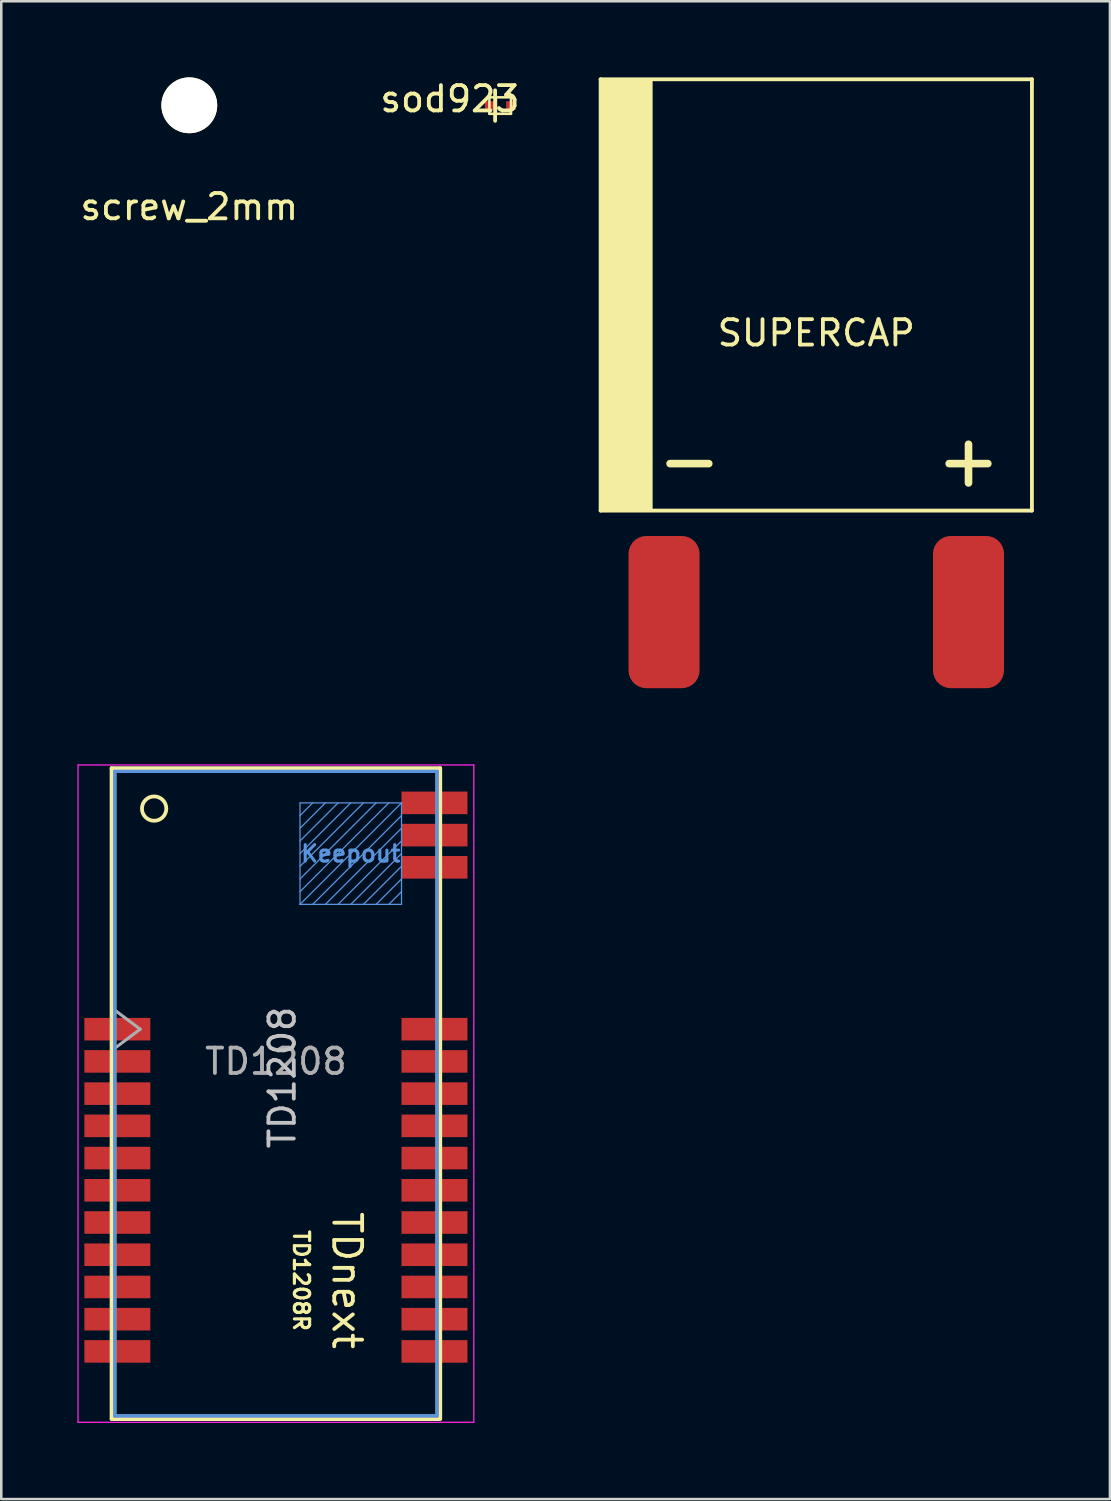
<source format=kicad_pcb>
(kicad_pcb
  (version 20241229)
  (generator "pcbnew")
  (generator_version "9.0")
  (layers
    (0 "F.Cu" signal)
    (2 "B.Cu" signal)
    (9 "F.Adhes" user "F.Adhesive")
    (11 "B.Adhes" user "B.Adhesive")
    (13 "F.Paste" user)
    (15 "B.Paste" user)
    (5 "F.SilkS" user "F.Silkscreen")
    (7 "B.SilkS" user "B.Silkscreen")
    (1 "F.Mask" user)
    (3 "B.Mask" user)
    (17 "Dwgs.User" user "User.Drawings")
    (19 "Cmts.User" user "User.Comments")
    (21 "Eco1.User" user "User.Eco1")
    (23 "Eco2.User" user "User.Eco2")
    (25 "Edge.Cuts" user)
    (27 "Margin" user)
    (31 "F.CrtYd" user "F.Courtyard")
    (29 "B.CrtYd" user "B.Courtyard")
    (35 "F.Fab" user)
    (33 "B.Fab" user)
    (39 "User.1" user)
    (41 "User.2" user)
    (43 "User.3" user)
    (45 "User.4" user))
  (footprint "sod923"
    (layer "F.Cu")
    (at 16.665 1.111)
    (property "Reference" "sod923" (at -1.98 -0.262 180) (layer "F.SilkS") (effects (font (size 1 1) (thickness 0.15))))
    (attr smd)
    (fp_line (start -0.425 -0.325) (end 0.425 -0.325) (stroke (width 0.1) (type solid)) (layer "F.SilkS"))
    (fp_line (start -0.425 0.325) (end -0.425 -0.325) (stroke (width 0.1) (type solid)) (layer "F.SilkS"))
    (fp_line (start -0.2 -0.6) (end -0.2 0.6) (stroke (width 0.15) (type solid)) (layer "F.SilkS"))
    (fp_line (start -0.17 -0.33) (end -0.17 0.31) (stroke (width 0.1) (type solid)) (layer "F.SilkS"))
    (fp_line (start 0.425 -0.325) (end 0.425 0.325) (stroke (width 0.1) (type solid)) (layer "F.SilkS"))
    (fp_line (start 0.425 0.325) (end -0.425 0.325) (stroke (width 0.1) (type solid)) (layer "F.SilkS"))
    (pad "1" smd rect (at -0.42 0) (size 0.37 0.34) (layers "F.Cu" "F.Mask" "F.Paste"))
    (pad "2" smd rect (at 0.42 0) (size 0.37 0.34) (layers "F.Cu" "F.Mask" "F.Paste")))
  (footprint "screw_2mm"
    (layer "F.Cu")
    (at 4.411 1.1)
    (property "Reference" "screw_2mm" (at 0 4 0) (layer "F.SilkS") (effects (font (size 1 1) (thickness 0.15))))
    (attr through_hole)
    (pad "" np_thru_hole circle (at 0 0) (size 2.2 2.2) (drill 2.2) (layers "*.Cu" "*.Mask" "F.SilkS")))
  (footprint "SUPERCAP"
    (layer "F.Cu")
    (at 29.123 8.575)
    (property "Reference" "SUPERCAP" (at 0 1.5 0) (layer "F.SilkS") (effects (font (size 1 1) (thickness 0.15))))
    (attr through_hole)
    (fp_line (start -8.5 -8.5) (end -8.5 8.5) (stroke (width 0.15) (type solid)) (layer "F.SilkS"))
    (fp_line (start -8.5 8.5) (end 8.5 8.5) (stroke (width 0.15) (type solid)) (layer "F.SilkS"))
    (fp_line (start 8.5 -8.5) (end -8.5 -8.5) (stroke (width 0.15) (type solid)) (layer "F.SilkS"))
    (fp_line (start 8.5 8.5) (end 8.5 -8.5) (stroke (width 0.15) (type solid)) (layer "F.SilkS"))
    (fp_poly (pts (xy -6.5 8.5) (xy -8.5 8.5) (xy -8.5 -8.5) (xy -6.5 -8.5)) (stroke (width 0.1) (type solid)) (fill yes) (layer "F.SilkS"))
    (fp_text user "-" (at -5 6.5 0) (layer "F.SilkS") (effects (font (size 2 2) (thickness 0.3))))
    (fp_text user "+" (at 6 6.5 0) (layer "F.SilkS") (effects (font (size 2 2) (thickness 0.3))))
    (pad "1" smd roundrect (at 6 12.5) (size 2.8 6) (layers "F.Cu" "F.Mask") (roundrect_rratio 0.25))
    (pad "2" smd roundrect (at -6 12.5) (size 2.8 6) (layers "F.Cu" "F.Mask") (roundrect_rratio 0.25)))
  (footprint "TD1208"
    (layer "F.Cu")
    (at 7.825 39.42)
    (property "Reference" "TD1208" (at 0.25 0 90) (layer "Dwgs.User") (effects (font (size 1 1) (thickness 0.15))))
    (attr smd)
    (fp_line (start -6.477 -12.192) (end -6.477 13.45) (stroke (width 0.15) (type solid)) (layer "F.SilkS"))
    (fp_line (start -6.477 13.462) (end 6.45 13.462) (stroke (width 0.15) (type solid)) (layer "F.SilkS"))
    (fp_line (start 6.477 -12.192) (end -6.477 -12.192) (stroke (width 0.15) (type solid)) (layer "F.SilkS"))
    (fp_line (start 6.477 -12.192) (end 6.477 13.462) (stroke (width 0.15) (type solid)) (layer "F.SilkS"))
    (fp_circle (center -4.8 -10.6) (end -4.4 -10.335) (stroke (width 0.15) (type solid)) (fill no) (layer "F.SilkS"))
    (fp_line (start -6.35 -12.065) (end -6.35 13.335) (stroke (width 0.127) (type solid)) (layer "Cmts.User"))
    (fp_line (start -6.35 -12.065) (end 6.35 -12.065) (stroke (width 0.127) (type solid)) (layer "Cmts.User"))
    (fp_line (start 0.95 -10.825) (end 0.95 -6.825) (stroke (width 0.05) (type solid)) (layer "Cmts.User"))
    (fp_line (start 0.95 -6.825) (end 4.95 -6.825) (stroke (width 0.05) (type solid)) (layer "Cmts.User"))
    (fp_line (start 1.45 -10.825) (end 0.95 -10.325) (stroke (width 0.05) (type solid)) (layer "Cmts.User"))
    (fp_line (start 1.95 -10.825) (end 0.95 -9.825) (stroke (width 0.05) (type solid)) (layer "Cmts.User"))
    (fp_line (start 2.45 -10.825) (end 0.95 -9.325) (stroke (width 0.05) (type solid)) (layer "Cmts.User"))
    (fp_line (start 2.95 -10.825) (end 0.95 -8.825) (stroke (width 0.05) (type solid)) (layer "Cmts.User"))
    (fp_line (start 3.45 -10.825) (end 0.95 -8.325) (stroke (width 0.05) (type solid)) (layer "Cmts.User"))
    (fp_line (start 3.95 -10.825) (end 0.95 -7.825) (stroke (width 0.05) (type solid)) (layer "Cmts.User"))
    (fp_line (start 4.45 -10.825) (end 0.95 -7.325) (stroke (width 0.05) (type solid)) (layer "Cmts.User"))
    (fp_line (start 4.95 -10.825) (end 0.95 -10.825) (stroke (width 0.05) (type solid)) (layer "Cmts.User"))
    (fp_line (start 4.95 -10.825) (end 0.95 -6.825) (stroke (width 0.05) (type solid)) (layer "Cmts.User"))
    (fp_line (start 4.95 -10.325) (end 1.45 -6.825) (stroke (width 0.05) (type solid)) (layer "Cmts.User"))
    (fp_line (start 4.95 -9.825) (end 1.95 -6.825) (stroke (width 0.05) (type solid)) (layer "Cmts.User"))
    (fp_line (start 4.95 -9.325) (end 2.45 -6.825) (stroke (width 0.05) (type solid)) (layer "Cmts.User"))
    (fp_line (start 4.95 -8.825) (end 2.95 -6.825) (stroke (width 0.05) (type solid)) (layer "Cmts.User"))
    (fp_line (start 4.95 -8.325) (end 3.45 -6.825) (stroke (width 0.05) (type solid)) (layer "Cmts.User"))
    (fp_line (start 4.95 -7.825) (end 3.95 -6.825) (stroke (width 0.05) (type solid)) (layer "Cmts.User"))
    (fp_line (start 4.95 -7.325) (end 4.45 -6.825) (stroke (width 0.05) (type solid)) (layer "Cmts.User"))
    (fp_line (start 4.95 -6.825) (end 4.95 -10.825) (stroke (width 0.05) (type solid)) (layer "Cmts.User"))
    (fp_line (start 6.35 -12.065) (end 6.35 13.335) (stroke (width 0.127) (type solid)) (layer "Cmts.User"))
    (fp_line (start 6.35 13.335) (end -6.35 13.335) (stroke (width 0.127) (type solid)) (layer "Cmts.User"))
    (fp_line (start -7.8 -12.32) (end -7.8 13.59) (stroke (width 0.05) (type solid)) (layer "F.CrtYd"))
    (fp_line (start -7.8 13.59) (end 7.8 13.59) (stroke (width 0.05) (type solid)) (layer "F.CrtYd"))
    (fp_line (start 7.8 -12.32) (end -7.8 -12.32) (stroke (width 0.05) (type solid)) (layer "F.CrtYd"))
    (fp_line (start 7.8 13.59) (end 7.8 -12.32) (stroke (width 0.05) (type solid)) (layer "F.CrtYd"))
    (fp_line (start -6.35 -12.065) (end -6.35 13.335) (stroke (width 0.127) (type solid)) (layer "F.Fab"))
    (fp_line (start -6.35 -12.065) (end 6.35 -12.065) (stroke (width 0.127) (type solid)) (layer "F.Fab"))
    (fp_line (start -6.35 -2.655) (end -5.35 -1.905) (stroke (width 0.12) (type solid)) (layer "F.Fab"))
    (fp_line (start -5.35 -1.905) (end -6.35 -1.155) (stroke (width 0.12) (type solid)) (layer "F.Fab"))
    (fp_line (start 6.35 -12.065) (end 6.35 13.335) (stroke (width 0.127) (type solid)) (layer "F.Fab"))
    (fp_line (start 6.35 13.335) (end -6.35 13.335) (stroke (width 0.127) (type solid)) (layer "F.Fab"))
    (fp_text user "TDnext" (at 2.8 8 270) (unlocked yes) (layer "F.SilkS") (effects (font (size 1.1 1.1) (thickness 0.15))))
    (fp_text user "TD1208R" (at 1 8 270) (unlocked yes) (layer "F.SilkS") (effects (font (size 0.6 0.6) (thickness 0.125))))
    (fp_text user "Keepout" (at 2.95 -8.825 0) (layer "Cmts.User") (effects (font (size 0.65 0.65) (thickness 0.12))))
    (fp_text user "${REFERENCE}" (at 0 -0.635 0) (layer "F.Fab") (effects (font (size 1 1) (thickness 0.15))))
    (pad "1" smd rect (at -6.25 -1.905) (size 2.6 0.89) (layers "F.Cu" "F.Mask" "F.Paste"))
    (pad "2" smd rect (at -6.25 -0.635) (size 2.6 0.89) (layers "F.Cu" "F.Mask" "F.Paste"))
    (pad "3" smd rect (at -6.25 0.635) (size 2.6 0.89) (layers "F.Cu" "F.Mask" "F.Paste"))
    (pad "4" smd rect (at -6.25 1.905) (size 2.6 0.89) (layers "F.Cu" "F.Mask" "F.Paste"))
    (pad "5" smd rect (at -6.25 3.175) (size 2.6 0.89) (layers "F.Cu" "F.Mask" "F.Paste"))
    (pad "6" smd rect (at -6.25 4.445) (size 2.6 0.89) (layers "F.Cu" "F.Mask" "F.Paste"))
    (pad "7" smd rect (at -6.25 5.715) (size 2.6 0.89) (layers "F.Cu" "F.Mask" "F.Paste"))
    (pad "8" smd rect (at -6.25 6.985) (size 2.6 0.89) (layers "F.Cu" "F.Mask" "F.Paste"))
    (pad "9" smd rect (at -6.25 8.255) (size 2.6 0.89) (layers "F.Cu" "F.Mask" "F.Paste"))
    (pad "10" smd rect (at -6.25 9.525) (size 2.6 0.89) (layers "F.Cu" "F.Mask" "F.Paste"))
    (pad "11" smd rect (at -6.25 10.795) (size 2.6 0.89) (layers "F.Cu" "F.Mask" "F.Paste"))
    (pad "12" smd rect (at 6.25 10.795) (size 2.6 0.89) (layers "F.Cu" "F.Mask" "F.Paste"))
    (pad "13" smd rect (at 6.25 9.525) (size 2.6 0.89) (layers "F.Cu" "F.Mask" "F.Paste"))
    (pad "14" smd rect (at 6.25 8.255) (size 2.6 0.89) (layers "F.Cu" "F.Mask" "F.Paste"))
    (pad "15" smd rect (at 6.25 6.985) (size 2.6 0.89) (layers "F.Cu" "F.Mask" "F.Paste"))
    (pad "16" smd rect (at 6.25 5.715) (size 2.6 0.89) (layers "F.Cu" "F.Mask" "F.Paste"))
    (pad "17" smd rect (at 6.25 4.445) (size 2.6 0.89) (layers "F.Cu" "F.Mask" "F.Paste"))
    (pad "18" smd rect (at 6.25 3.175) (size 2.6 0.89) (layers "F.Cu" "F.Mask" "F.Paste"))
    (pad "19" smd rect (at 6.25 1.905) (size 2.6 0.89) (layers "F.Cu" "F.Mask" "F.Paste"))
    (pad "20" smd rect (at 6.25 0.635) (size 2.6 0.89) (layers "F.Cu" "F.Mask" "F.Paste"))
    (pad "21" smd rect (at 6.25 -0.635) (size 2.6 0.89) (layers "F.Cu" "F.Mask" "F.Paste"))
    (pad "22" smd rect (at 6.25 -1.905) (size 2.6 0.89) (layers "F.Cu" "F.Mask" "F.Paste"))
    (pad "23" smd rect (at 6.25 -8.285) (size 2.6 0.89) (layers "F.Cu" "F.Mask" "F.Paste"))
    (pad "24" smd rect (at 6.25 -9.555) (size 2.6 0.89) (layers "F.Cu" "F.Mask" "F.Paste"))
    (pad "25" smd rect (at 6.25 -10.825) (size 2.6 0.89) (layers "F.Cu" "F.Mask" "F.Paste")))
  (gr_rect
    (start -3 -3)
    (end 40.698 56.035)
    (stroke (width 0.1) (type default))
    (fill no)
    (layer "Edge.Cuts")))
</source>
